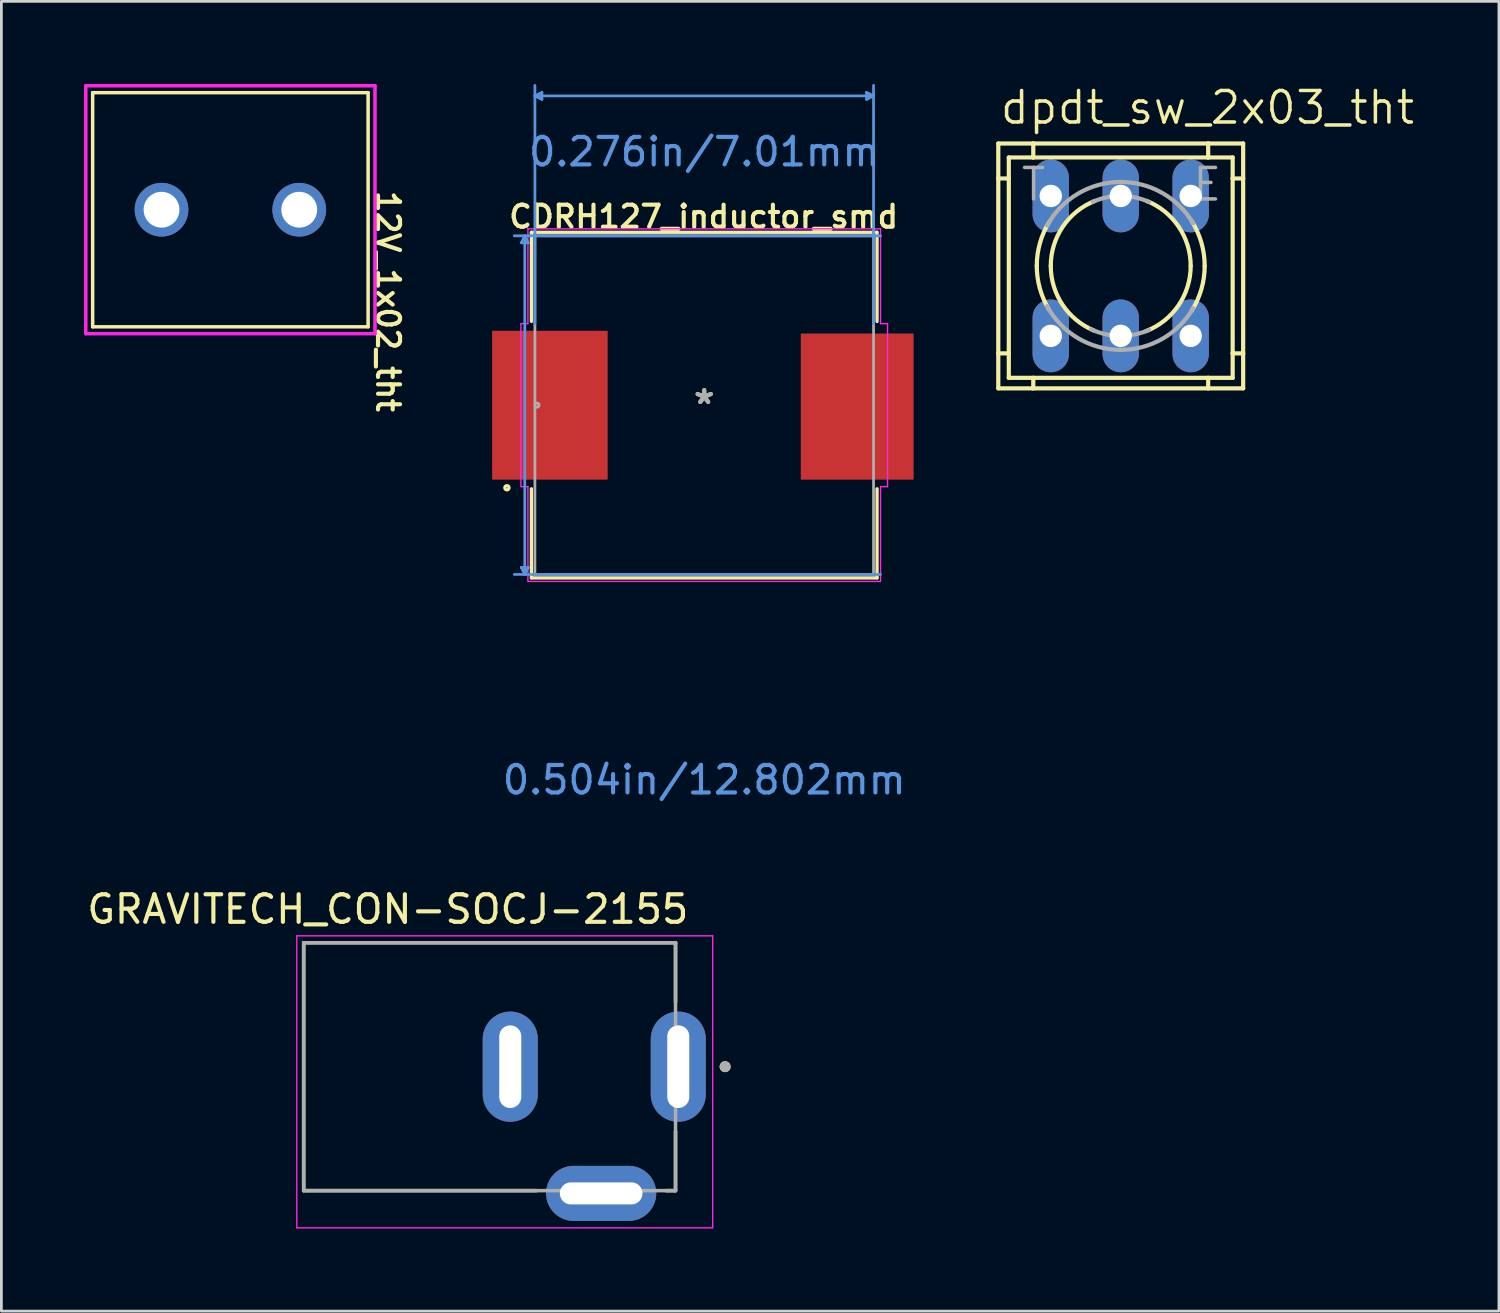
<source format=kicad_pcb>
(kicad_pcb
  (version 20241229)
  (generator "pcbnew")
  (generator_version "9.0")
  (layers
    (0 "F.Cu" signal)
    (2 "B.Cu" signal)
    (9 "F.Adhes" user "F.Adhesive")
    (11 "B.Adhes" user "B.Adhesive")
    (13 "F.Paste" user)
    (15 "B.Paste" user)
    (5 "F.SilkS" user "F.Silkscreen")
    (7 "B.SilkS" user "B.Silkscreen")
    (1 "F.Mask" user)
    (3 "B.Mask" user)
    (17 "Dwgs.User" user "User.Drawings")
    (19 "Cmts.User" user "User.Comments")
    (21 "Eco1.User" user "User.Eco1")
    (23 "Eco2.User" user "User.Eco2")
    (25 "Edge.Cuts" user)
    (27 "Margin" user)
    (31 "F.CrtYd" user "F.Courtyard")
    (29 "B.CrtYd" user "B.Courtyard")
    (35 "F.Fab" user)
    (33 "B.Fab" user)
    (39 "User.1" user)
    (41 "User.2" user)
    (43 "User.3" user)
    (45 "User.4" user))
  (footprint "CDRH127_inductor_smd"
    (layer "F.Cu")
    (at 22.517 11.658)
    (property "Reference" "CDRH127_inductor_smd" (at -0.021 -6.84 0) (layer "F.SilkS") (effects (font (size 0.8 0.8) (thickness 0.15))))
    (attr through_hole)
    (fp_line (start -6.274 -6.274) (end -6.274 -3.038) (stroke (width 0.12) (type solid)) (layer "F.SilkS"))
    (fp_line (start -6.274 3.038) (end -6.274 6.274) (stroke (width 0.12) (type solid)) (layer "F.SilkS"))
    (fp_line (start -6.274 6.274) (end 6.274 6.274) (stroke (width 0.12) (type solid)) (layer "F.SilkS"))
    (fp_line (start 6.274 -6.274) (end -6.274 -6.274) (stroke (width 0.12) (type solid)) (layer "F.SilkS"))
    (fp_line (start 6.274 -3.038) (end 6.274 -6.274) (stroke (width 0.12) (type solid)) (layer "F.SilkS"))
    (fp_line (start 6.274 6.274) (end 6.274 3.038) (stroke (width 0.12) (type solid)) (layer "F.SilkS"))
    (fp_circle (center -7.163 3) (end -7.087 3) (stroke (width 0.12) (type solid)) (fill no) (layer "F.SilkS"))
    (fp_line (start -6.642 -5.893) (end -6.388 -5.893) (stroke (width 0.1) (type solid)) (layer "Cmts.User"))
    (fp_line (start -6.642 5.893) (end -6.388 5.893) (stroke (width 0.1) (type solid)) (layer "Cmts.User"))
    (fp_line (start -6.515 -6.147) (end -6.642 -5.893) (stroke (width 0.1) (type solid)) (layer "Cmts.User"))
    (fp_line (start -6.515 -6.147) (end -6.515 6.147) (stroke (width 0.1) (type solid)) (layer "Cmts.User"))
    (fp_line (start -6.515 -6.147) (end -6.388 -5.893) (stroke (width 0.1) (type solid)) (layer "Cmts.User"))
    (fp_line (start -6.515 6.147) (end -6.642 5.893) (stroke (width 0.1) (type solid)) (layer "Cmts.User"))
    (fp_line (start -6.515 6.147) (end -6.388 5.893) (stroke (width 0.1) (type solid)) (layer "Cmts.User"))
    (fp_line (start -6.147 -11.227) (end -5.893 -11.354) (stroke (width 0.1) (type solid)) (layer "Cmts.User"))
    (fp_line (start -6.147 -11.227) (end -5.893 -11.1) (stroke (width 0.1) (type solid)) (layer "Cmts.User"))
    (fp_line (start -6.147 -11.227) (end 6.147 -11.227) (stroke (width 0.1) (type solid)) (layer "Cmts.User"))
    (fp_line (start -6.147 -2.959) (end -6.147 -11.608) (stroke (width 0.1) (type solid)) (layer "Cmts.User"))
    (fp_line (start -5.893 -11.354) (end -5.893 -11.1) (stroke (width 0.1) (type solid)) (layer "Cmts.User"))
    (fp_line (start 5.893 -11.354) (end 5.893 -11.1) (stroke (width 0.1) (type solid)) (layer "Cmts.User"))
    (fp_line (start 6.147 -11.227) (end 5.893 -11.354) (stroke (width 0.1) (type solid)) (layer "Cmts.User"))
    (fp_line (start 6.147 -11.227) (end 5.893 -11.1) (stroke (width 0.1) (type solid)) (layer "Cmts.User"))
    (fp_line (start 6.147 -2.959) (end 6.147 -11.608) (stroke (width 0.1) (type solid)) (layer "Cmts.User"))
    (fp_line (start 6.401 -6.147) (end -6.896 -6.147) (stroke (width 0.1) (type solid)) (layer "Cmts.User"))
    (fp_line (start 6.401 6.147) (end -6.896 6.147) (stroke (width 0.1) (type solid)) (layer "Cmts.User"))
    (fp_line (start -6.655 -2.959) (end -6.401 -2.959) (stroke (width 0.05) (type solid)) (layer "F.CrtYd"))
    (fp_line (start -6.655 2.959) (end -6.655 -2.959) (stroke (width 0.05) (type solid)) (layer "F.CrtYd"))
    (fp_line (start -6.401 -6.401) (end 6.401 -6.401) (stroke (width 0.05) (type solid)) (layer "F.CrtYd"))
    (fp_line (start -6.401 -2.959) (end -6.401 -6.401) (stroke (width 0.05) (type solid)) (layer "F.CrtYd"))
    (fp_line (start -6.401 2.959) (end -6.655 2.959) (stroke (width 0.05) (type solid)) (layer "F.CrtYd"))
    (fp_line (start -6.401 6.401) (end -6.401 2.959) (stroke (width 0.05) (type solid)) (layer "F.CrtYd"))
    (fp_line (start 6.401 -6.401) (end 6.401 -2.959) (stroke (width 0.05) (type solid)) (layer "F.CrtYd"))
    (fp_line (start 6.401 -2.959) (end 6.655 -2.959) (stroke (width 0.05) (type solid)) (layer "F.CrtYd"))
    (fp_line (start 6.401 2.959) (end 6.401 6.401) (stroke (width 0.05) (type solid)) (layer "F.CrtYd"))
    (fp_line (start 6.401 6.401) (end -6.401 6.401) (stroke (width 0.05) (type solid)) (layer "F.CrtYd"))
    (fp_line (start 6.655 -2.959) (end 6.655 2.959) (stroke (width 0.05) (type solid)) (layer "F.CrtYd"))
    (fp_line (start 6.655 2.959) (end 6.401 2.959) (stroke (width 0.05) (type solid)) (layer "F.CrtYd"))
    (fp_line (start -6.147 -6.147) (end -6.147 6.147) (stroke (width 0.1) (type solid)) (layer "F.Fab"))
    (fp_line (start -6.147 6.147) (end 6.147 6.147) (stroke (width 0.1) (type solid)) (layer "F.Fab"))
    (fp_line (start 6.147 -6.147) (end -6.147 -6.147) (stroke (width 0.1) (type solid)) (layer "F.Fab"))
    (fp_line (start 6.147 6.147) (end 6.147 -6.147) (stroke (width 0.1) (type solid)) (layer "F.Fab"))
    (fp_circle (center -6.071 0) (end -5.994 0) (stroke (width 0.1) (type solid)) (fill no) (layer "F.Fab"))
    (fp_text user "*" (at 0 0 0) (layer "F.SilkS") (effects (font (size 1 1) (thickness 0.15))))
    (fp_text user "0.276in/7.01mm" (at 0 -9.195 0) (layer "Cmts.User") (effects (font (size 1 1) (thickness 0.15))))
    (fp_text user "0.504in/12.802mm" (at 0 13.607 0) (layer "Cmts.User") (effects (font (size 1 1) (thickness 0.15))))
    (fp_text user "*" (at 0 0 0) (layer "F.Fab") (effects (font (size 1 1) (thickness 0.15))))
    (pad "1" smd rect (at -5.603 0.003) (size 4.195 5.405) (layers "F.Cu" "F.Mask" "F.Paste"))
    (pad "2" smd rect (at 5.553 0.053) (size 4.095 5.305) (layers "F.Cu" "F.Mask" "F.Paste")))
  (footprint "12V_1x02_tht"
    (layer "F.Cu")
    (at 5.314 4.564)
    (property "Reference" "12V_1x02_tht" (at 5.254 -0.77 270) (unlocked yes) (layer "F.SilkS") (effects (font (size 0.8 0.8) (thickness 0.15)) (justify left bottom)))
    (fp_line (start -5 -4.25) (end 5 -4.25) (stroke (width 0.127) (type solid)) (layer "F.SilkS"))
    (fp_line (start -5 4.25) (end -5 -4.25) (stroke (width 0.127) (type solid)) (layer "F.SilkS"))
    (fp_line (start 5 -4.25) (end 5 4.25) (stroke (width 0.127) (type solid)) (layer "F.SilkS"))
    (fp_line (start 5 4.25) (end -5 4.25) (stroke (width 0.127) (type solid)) (layer "F.SilkS"))
    (fp_line (start -5.25 -4.5) (end 5.25 -4.5) (stroke (width 0.127) (type solid)) (layer "F.CrtYd"))
    (fp_line (start -5.25 4.5) (end -5.25 -4.5) (stroke (width 0.127) (type solid)) (layer "F.CrtYd"))
    (fp_line (start 5.25 -4.5) (end 5.25 4.5) (stroke (width 0.127) (type solid)) (layer "F.CrtYd"))
    (fp_line (start 5.25 4.5) (end -5.25 4.5) (stroke (width 0.127) (type solid)) (layer "F.CrtYd"))
    (pad "1" thru_hole circle (at -2.5 0) (size 1.95 1.95) (drill 1.3) (layers "*.Cu" "*.Mask"))
    (pad "2" thru_hole circle (at 2.5 0) (size 1.95 1.95) (drill 1.3) (layers "*.Cu" "*.Mask")))
  (footprint "dpdt_sw_2x03_tht"
    (layer "F.Cu")
    (at 37.638 6.604)
    (property "Reference" "dpdt_sw_2x03_tht" (at -4.445 -5.08 0) (layer "F.SilkS") (effects (font (size 1.143 1.143) (thickness 0.127)) (justify left bottom)))
    (fp_line (start -4.445 -4.445) (end -4.445 -3.175) (stroke (width 0.152) (type solid)) (layer "F.SilkS"))
    (fp_line (start -4.445 -4.445) (end -3.175 -4.445) (stroke (width 0.152) (type solid)) (layer "F.SilkS"))
    (fp_line (start -4.445 -3.175) (end -4.445 3.175) (stroke (width 0.152) (type solid)) (layer "F.SilkS"))
    (fp_line (start -4.445 -3.175) (end -4.064 -3.175) (stroke (width 0.152) (type solid)) (layer "F.SilkS"))
    (fp_line (start -4.445 3.175) (end -4.445 4.445) (stroke (width 0.152) (type solid)) (layer "F.SilkS"))
    (fp_line (start -4.445 3.175) (end -4.064 3.175) (stroke (width 0.152) (type solid)) (layer "F.SilkS"))
    (fp_line (start -4.064 -3.937) (end -4.064 -3.175) (stroke (width 0.152) (type solid)) (layer "F.SilkS"))
    (fp_line (start -4.064 -3.937) (end -3.175 -3.937) (stroke (width 0.152) (type solid)) (layer "F.SilkS"))
    (fp_line (start -4.064 -3.175) (end -4.064 3.175) (stroke (width 0.152) (type solid)) (layer "F.SilkS"))
    (fp_line (start -4.064 3.175) (end -4.064 4.064) (stroke (width 0.152) (type solid)) (layer "F.SilkS"))
    (fp_line (start -3.175 -4.445) (end 3.175 -4.445) (stroke (width 0.152) (type solid)) (layer "F.SilkS"))
    (fp_line (start -3.175 -3.937) (end -3.175 -4.445) (stroke (width 0.152) (type solid)) (layer "F.SilkS"))
    (fp_line (start -3.175 -3.937) (end 3.175 -3.937) (stroke (width 0.152) (type solid)) (layer "F.SilkS"))
    (fp_line (start -3.175 4.064) (end -4.064 4.064) (stroke (width 0.152) (type solid)) (layer "F.SilkS"))
    (fp_line (start -3.175 4.445) (end -4.445 4.445) (stroke (width 0.152) (type solid)) (layer "F.SilkS"))
    (fp_line (start -3.175 4.445) (end -3.175 4.064) (stroke (width 0.152) (type solid)) (layer "F.SilkS"))
    (fp_line (start 3.175 -4.445) (end 4.445 -4.445) (stroke (width 0.152) (type solid)) (layer "F.SilkS"))
    (fp_line (start 3.175 -3.937) (end 3.175 -4.445) (stroke (width 0.152) (type solid)) (layer "F.SilkS"))
    (fp_line (start 3.175 -3.937) (end 4.064 -3.937) (stroke (width 0.152) (type solid)) (layer "F.SilkS"))
    (fp_line (start 3.175 4.064) (end -3.175 4.064) (stroke (width 0.152) (type solid)) (layer "F.SilkS"))
    (fp_line (start 3.175 4.445) (end -3.175 4.445) (stroke (width 0.152) (type solid)) (layer "F.SilkS"))
    (fp_line (start 3.175 4.445) (end 3.175 4.064) (stroke (width 0.152) (type solid)) (layer "F.SilkS"))
    (fp_line (start 4.064 -3.175) (end 4.064 -3.937) (stroke (width 0.152) (type solid)) (layer "F.SilkS"))
    (fp_line (start 4.064 -3.175) (end 4.445 -3.175) (stroke (width 0.152) (type solid)) (layer "F.SilkS"))
    (fp_line (start 4.064 3.175) (end 4.064 -3.175) (stroke (width 0.152) (type solid)) (layer "F.SilkS"))
    (fp_line (start 4.064 3.175) (end 4.445 3.175) (stroke (width 0.152) (type solid)) (layer "F.SilkS"))
    (fp_line (start 4.064 4.064) (end 3.175 4.064) (stroke (width 0.152) (type solid)) (layer "F.SilkS"))
    (fp_line (start 4.064 4.064) (end 4.064 3.175) (stroke (width 0.152) (type solid)) (layer "F.SilkS"))
    (fp_line (start 4.445 -3.175) (end 4.445 -4.445) (stroke (width 0.152) (type solid)) (layer "F.SilkS"))
    (fp_line (start 4.445 3.175) (end 4.445 -3.175) (stroke (width 0.152) (type solid)) (layer "F.SilkS"))
    (fp_line (start 4.445 4.445) (end 3.175 4.445) (stroke (width 0.152) (type solid)) (layer "F.SilkS"))
    (fp_line (start 4.445 4.445) (end 4.445 3.175) (stroke (width 0.152) (type solid)) (layer "F.SilkS"))
    (fp_arc (start -3.048 0) (mid -2.9328 -0.830073) (end -2.5959 -1.5974) (stroke (width 0.1524) (type solid)) (layer "F.SilkS"))
    (fp_arc (start -2.6008 1.5894) (mid -2.934073 0.825558) (end -3.048 0) (stroke (width 0.1524) (type solid)) (layer "F.SilkS"))
    (fp_arc (start -2.54 0) (mid -2.103269 -1.423986) (end -0.943301 -2.3583) (stroke (width 0.1524) (type solid)) (layer "F.SilkS"))
    (fp_arc (start -0.9769 2.3446) (mid -2.113394 1.408934) (end -2.54 0) (stroke (width 0.1524) (type solid)) (layer "F.SilkS"))
    (fp_arc (start 0.9433 -2.3583) (mid 2.10331 -1.423995) (end 2.5401 0) (stroke (width 0.1524) (type solid)) (layer "F.SilkS"))
    (fp_arc (start 2.54 0) (mid 2.093749 1.437989) (end 0.9118 2.3707) (stroke (width 0.1524) (type solid)) (layer "F.SilkS"))
    (fp_arc (start 2.5715 -1.6364) (mid 2.926456 -0.852183) (end 3.048 0) (stroke (width 0.1524) (type solid)) (layer "F.SilkS"))
    (fp_arc (start 3.048 0) (mid 2.926456 0.852183) (end 2.5715 1.6364) (stroke (width 0.1524) (type solid)) (layer "F.SilkS"))
    (fp_arc (start -2.6707 -1.4689) (mid -1.551306 -2.623691) (end 0 -3.048) (stroke (width 0.1524) (type solid)) (layer "F.Fab"))
    (fp_arc (start -1.0181 -2.327) (mid -0.52007 -2.486173) (end 0 -2.54) (stroke (width 0.1524) (type solid)) (layer "F.Fab"))
    (fp_arc (start 0 -3.048) (mid 1.513277 -2.645822) (end 2.6272 -1.5454) (stroke (width 0.1524) (type solid)) (layer "F.Fab"))
    (fp_arc (start 0 -2.54) (mid 0.527286 -2.484678) (end 1.0316 -2.3211) (stroke (width 0.1524) (type solid)) (layer "F.Fab"))
    (fp_arc (start 0 2.54) (mid -0.554098 2.478801) (end -1.0815 2.2982) (stroke (width 0.1524) (type solid)) (layer "F.Fab"))
    (fp_arc (start 0 3.048) (mid -1.555888 2.620948) (end -2.6758 1.4595) (stroke (width 0.1524) (type solid)) (layer "F.Fab"))
    (fp_arc (start 1.0316 2.3211) (mid 0.527286 2.484678) (end 0 2.54) (stroke (width 0.1524) (type solid)) (layer "F.Fab"))
    (fp_arc (start 2.6328 1.5358) (mid 1.51809 2.64305) (end 0 3.048) (stroke (width 0.1524) (type solid)) (layer "F.Fab"))
    (fp_text user "T" (at -3.683 -2.286 0) (layer "F.Fab") (effects (font (size 1.143 1.143) (thickness 0.127)) (justify left bottom)))
    (fp_text user "E" (at 2.54 -2.286 0) (layer "F.Fab") (effects (font (size 1.143 1.143) (thickness 0.127)) (justify left bottom)))
    (pad "1" thru_hole oval (at -2.54 -2.54 90) (size 2.642 1.321) (drill 0.813) (layers "*.Cu" "*.Mask"))
    (pad "2" thru_hole oval (at 0 -2.54 90) (size 2.642 1.321) (drill 0.813) (layers "*.Cu" "*.Mask"))
    (pad "3" thru_hole oval (at 2.54 -2.54 90) (size 2.642 1.321) (drill 0.813) (layers "*.Cu" "*.Mask"))
    (pad "4" thru_hole oval (at -2.54 2.54 90) (size 2.642 1.321) (drill 0.813) (layers "*.Cu" "*.Mask"))
    (pad "5" thru_hole oval (at 0 2.54 90) (size 2.642 1.321) (drill 0.813) (layers "*.Cu" "*.Mask"))
    (pad "6" thru_hole oval (at 2.54 2.54 90) (size 2.642 1.321) (drill 0.813) (layers "*.Cu" "*.Mask")))
  (footprint "GRAVITECH_CON-SOCJ-2155"
    (layer "F.Cu")
    (at 15.475 35.676)
    (property "Reference" "GRAVITECH_CON-SOCJ-2155" (at -4.445 -5.715 0) (layer "F.SilkS") (effects (font (size 1 1) (thickness 0.15))))
    (attr through_hole)
    (fp_line (start -7.5 -4.5) (end 6 -4.5) (stroke (width 0.127) (type solid)) (layer "F.SilkS"))
    (fp_line (start -7.5 4.5) (end -7.5 -4.5) (stroke (width 0.127) (type solid)) (layer "F.SilkS"))
    (fp_line (start 0.95 4.5) (end -7.5 4.5) (stroke (width 0.127) (type solid)) (layer "F.SilkS"))
    (fp_line (start 6 -4.5) (end 6 -2.35) (stroke (width 0.127) (type solid)) (layer "F.SilkS"))
    (fp_line (start 6 2.35) (end 6 4.5) (stroke (width 0.127) (type solid)) (layer "F.SilkS"))
    (fp_line (start 6 4.5) (end 5.65 4.5) (stroke (width 0.127) (type solid)) (layer "F.SilkS"))
    (fp_circle (center 7.8 0) (end 7.9 0) (stroke (width 0.2) (type solid)) (fill no) (layer "F.SilkS"))
    (fp_line (start -7.75 -4.75) (end 7.35 -4.75) (stroke (width 0.05) (type solid)) (layer "F.CrtYd"))
    (fp_line (start -7.75 5.85) (end -7.75 -4.75) (stroke (width 0.05) (type solid)) (layer "F.CrtYd"))
    (fp_line (start 7.35 -4.75) (end 7.35 5.85) (stroke (width 0.05) (type solid)) (layer "F.CrtYd"))
    (fp_line (start 7.35 5.85) (end -7.75 5.85) (stroke (width 0.05) (type solid)) (layer "F.CrtYd"))
    (fp_line (start -7.5 -4.5) (end 6 -4.5) (stroke (width 0.127) (type solid)) (layer "F.Fab"))
    (fp_line (start -7.5 4.5) (end -7.5 -4.5) (stroke (width 0.127) (type solid)) (layer "F.Fab"))
    (fp_line (start 6 -4.5) (end 6 4.5) (stroke (width 0.127) (type solid)) (layer "F.Fab"))
    (fp_line (start 6 4.5) (end -7.5 4.5) (stroke (width 0.127) (type solid)) (layer "F.Fab"))
    (fp_circle (center 7.8 0) (end 7.9 0) (stroke (width 0.2) (type solid)) (fill no) (layer "F.Fab"))
    (pad "1" thru_hole oval (at 6.1 0) (size 2 4) (drill oval 0.8 3) (layers "*.Cu" "*.Mask"))
    (pad "2" thru_hole oval (at 3.3 4.6) (size 4 2) (drill oval 3 0.8) (layers "*.Cu" "*.Mask"))
    (pad "3" thru_hole oval (at 0 0) (size 2 4) (drill oval 0.8 3) (layers "*.Cu" "*.Mask")))
  (gr_rect
    (start -3 -3)
    (end 51.368 44.551)
    (stroke (width 0.1) (type default))
    (fill no)
    (layer "Edge.Cuts")))
</source>
